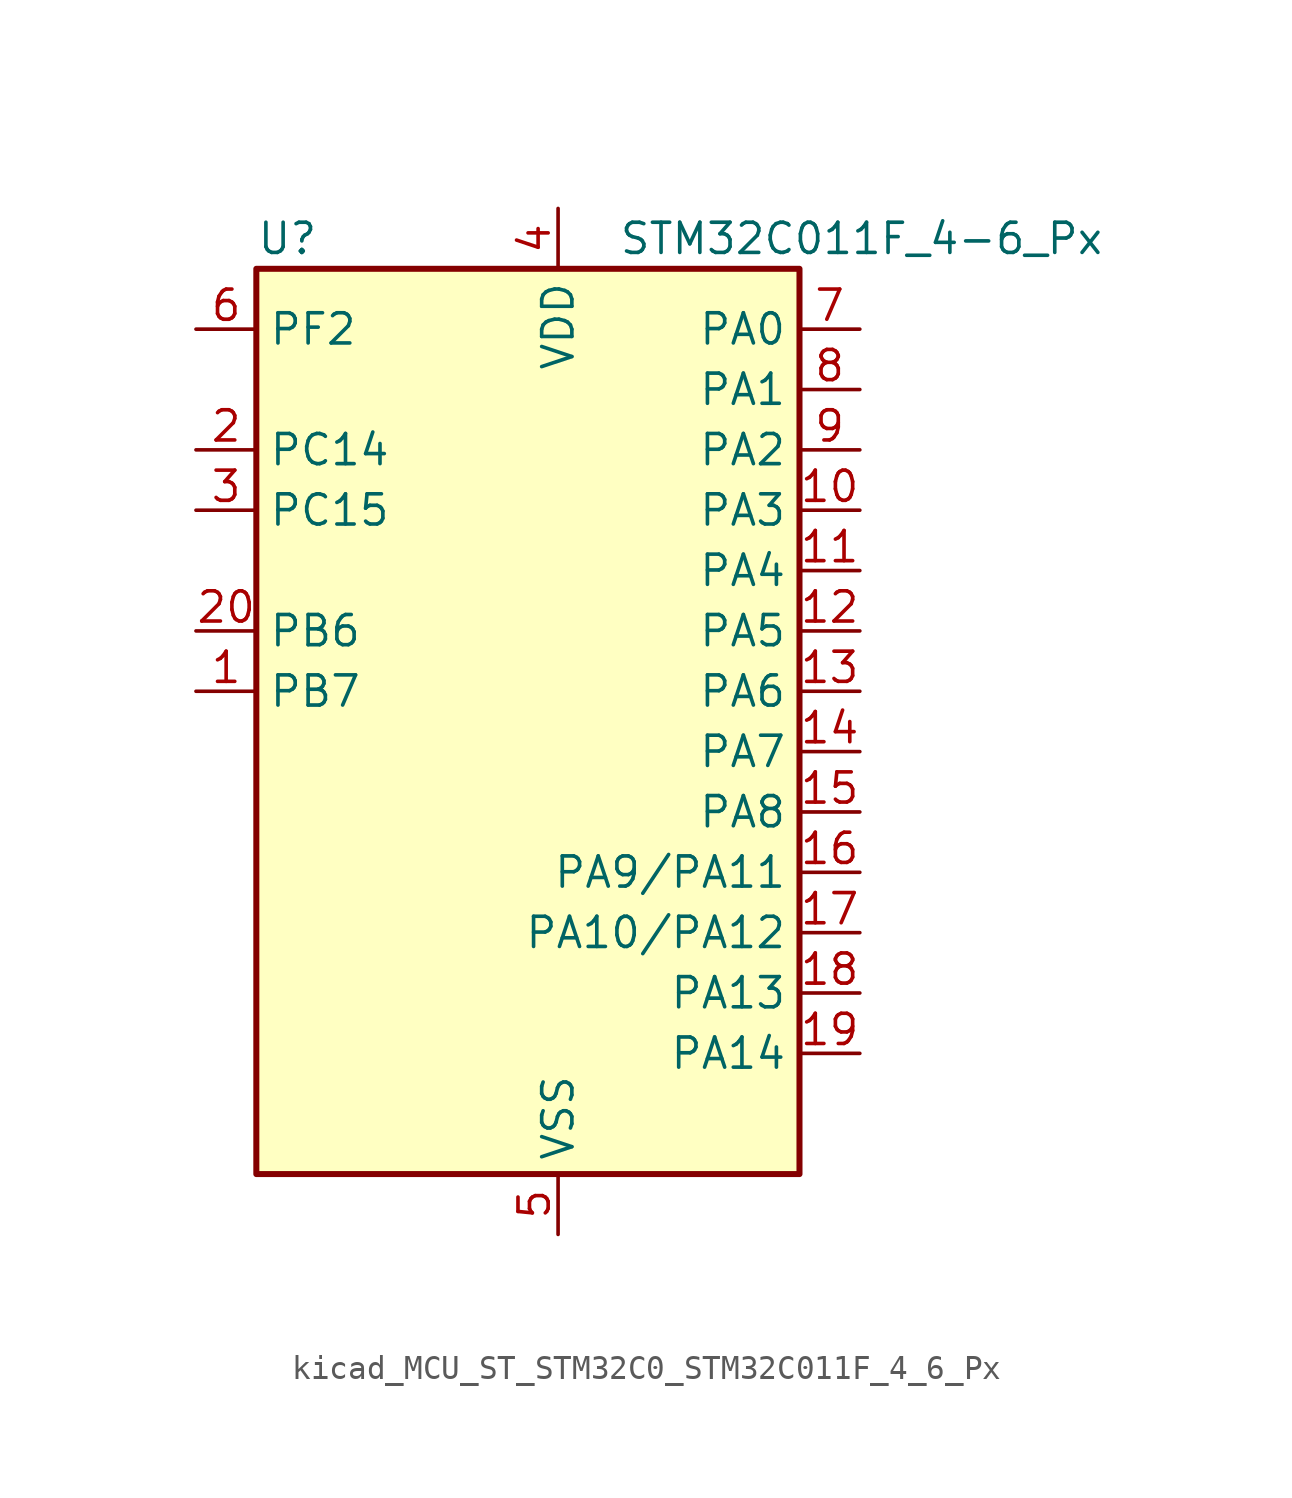
<source format=kicad_sym>
(kicad_symbol_lib
  (version 20220914)
  (generator kicad_symbol_editor)
  (symbol "kicad_MCU_ST_STM32C0_STM32C011F_4_6_Px"
    (property "Reference" "U"
      (at -10.16 21.59 0)
      (effects (font (size 1.27 1.27)) (justify left)))
    (property "Value" "STM32C011F_4-6_Px"
      (at 5.08 21.59 0)
      (effects (font (size 1.27 1.27)) (justify left)))
    (property "ki_locked" ""
      (at 0 0 0)
      (effects (font (size 1.27 1.27))))
    (symbol "kicad_MCU_ST_STM32C0_STM32C011F_4_6_Px_0_1"
      (rectangle (start -10.16 -17.78) (end 12.7 20.32) (stroke (width 0.254) (type default)) (fill (type background))))
    (symbol "kicad_MCU_ST_STM32C0_STM32C011F_4_6_Px_1_1"
      (pin bidirectional line (at -12.7 2.54 0) (length 2.54) (name "PB7" (effects (font (size 1.27 1.27)))) (number "1" (effects (font (size 1.27 1.27)))) (alternate "I2C1_SCL" bidirectional line) (alternate "I2C1_SDA" bidirectional line) (alternate "RTC_REFIN" bidirectional line) (alternate "TIM16_CH1" bidirectional line) (alternate "TIM17_CH1N" bidirectional line) (alternate "TIM1_CH4" bidirectional line) (alternate "TIM3_CH1" bidirectional line) (alternate "TIM3_CH4" bidirectional line) (alternate "USART1_RX" bidirectional line) (alternate "USART2_CTS" bidirectional line) (alternate "USART2_NSS" bidirectional line))
      (pin bidirectional line (at 15.24 10.16 180) (length 2.54) (name "PA3" (effects (font (size 1.27 1.27)))) (number "10" (effects (font (size 1.27 1.27)))) (alternate "ADC1_IN3" bidirectional line) (alternate "TIM1_CH1N" bidirectional line) (alternate "TIM1_CH4" bidirectional line) (alternate "USART2_RX" bidirectional line))
      (pin bidirectional line (at 15.24 7.62 180) (length 2.54) (name "PA4" (effects (font (size 1.27 1.27)))) (number "11" (effects (font (size 1.27 1.27)))) (alternate "ADC1_IN4" bidirectional line) (alternate "I2S1_WS" bidirectional line) (alternate "PWR_WKUP2" bidirectional line) (alternate "RTC_OUT1" bidirectional line) (alternate "RTC_TS" bidirectional line) (alternate "SPI1_NSS" bidirectional line) (alternate "TIM14_CH1" bidirectional line) (alternate "TIM17_CH1N" bidirectional line) (alternate "TIM1_CH2N" bidirectional line) (alternate "USART2_TX" bidirectional line))
      (pin bidirectional line (at 15.24 5.08 180) (length 2.54) (name "PA5" (effects (font (size 1.27 1.27)))) (number "12" (effects (font (size 1.27 1.27)))) (alternate "ADC1_IN5" bidirectional line) (alternate "I2S1_CK" bidirectional line) (alternate "SPI1_SCK" bidirectional line) (alternate "TIM1_CH1" bidirectional line) (alternate "TIM1_CH3N" bidirectional line) (alternate "USART2_RX" bidirectional line))
      (pin bidirectional line (at 15.24 2.54 180) (length 2.54) (name "PA6" (effects (font (size 1.27 1.27)))) (number "13" (effects (font (size 1.27 1.27)))) (alternate "ADC1_IN6" bidirectional line) (alternate "I2S1_MCK" bidirectional line) (alternate "SPI1_MISO" bidirectional line) (alternate "TIM16_CH1" bidirectional line) (alternate "TIM1_BKIN" bidirectional line) (alternate "TIM3_CH1" bidirectional line))
      (pin bidirectional line (at 15.24 0 180) (length 2.54) (name "PA7" (effects (font (size 1.27 1.27)))) (number "14" (effects (font (size 1.27 1.27)))) (alternate "ADC1_IN7" bidirectional line) (alternate "I2S1_SD" bidirectional line) (alternate "SPI1_MOSI" bidirectional line) (alternate "TIM14_CH1" bidirectional line) (alternate "TIM17_CH1" bidirectional line) (alternate "TIM1_CH1N" bidirectional line) (alternate "TIM3_CH2" bidirectional line))
      (pin bidirectional line (at 15.24 -2.54 180) (length 2.54) (name "PA8" (effects (font (size 1.27 1.27)))) (number "15" (effects (font (size 1.27 1.27)))) (alternate "ADC1_IN8" bidirectional line) (alternate "I2S1_WS" bidirectional line) (alternate "RCC_MCO" bidirectional line) (alternate "RCC_MCO_2" bidirectional line) (alternate "SPI1_NSS" bidirectional line) (alternate "TIM14_CH1" bidirectional line) (alternate "TIM1_CH1" bidirectional line) (alternate "TIM1_CH2N" bidirectional line) (alternate "TIM1_CH3N" bidirectional line) (alternate "TIM3_CH3" bidirectional line) (alternate "TIM3_CH4" bidirectional line) (alternate "USART1_RX" bidirectional line) (alternate "USART2_TX" bidirectional line))
      (pin bidirectional line (at 15.24 -5.08 180) (length 2.54) (name "PA9/PA11" (effects (font (size 1.27 1.27)))) (number "16" (effects (font (size 1.27 1.27)))) (alternate "I2C1_SCL" bidirectional line) (alternate "RCC_MCO" bidirectional line) (alternate "TIM1_CH2" bidirectional line) (alternate "TIM3_ETR" bidirectional line) (alternate "USART1_TX" bidirectional line))
      (pin bidirectional line (at 15.24 -7.62 180) (length 2.54) (name "PA10/PA12" (effects (font (size 1.27 1.27)))) (number "17" (effects (font (size 1.27 1.27)))) (alternate "I2C1_SDA" bidirectional line) (alternate "RCC_MCO_2" bidirectional line) (alternate "TIM17_BKIN" bidirectional line) (alternate "TIM1_CH3" bidirectional line) (alternate "USART1_RX" bidirectional line))
      (pin bidirectional line (at 15.24 -10.16 180) (length 2.54) (name "PA13" (effects (font (size 1.27 1.27)))) (number "18" (effects (font (size 1.27 1.27)))) (alternate "ADC1_IN13" bidirectional line) (alternate "DEBUG_SWDIO" bidirectional line) (alternate "IR_OUT" bidirectional line) (alternate "TIM3_ETR" bidirectional line) (alternate "USART2_RX" bidirectional line))
      (pin bidirectional line (at 15.24 -12.7 180) (length 2.54) (name "PA14" (effects (font (size 1.27 1.27)))) (number "19" (effects (font (size 1.27 1.27)))) (alternate "ADC1_IN14" bidirectional line) (alternate "DEBUG_SWCLK" bidirectional line) (alternate "I2S1_WS" bidirectional line) (alternate "RCC_MCO_2" bidirectional line) (alternate "SPI1_NSS" bidirectional line) (alternate "TIM1_CH1" bidirectional line) (alternate "USART1_CK" bidirectional line) (alternate "USART1_DE" bidirectional line) (alternate "USART1_RTS" bidirectional line) (alternate "USART2_RX" bidirectional line) (alternate "USART2_TX" bidirectional line))
      (pin bidirectional line (at -12.7 12.7 0) (length 2.54) (name "PC14" (effects (font (size 1.27 1.27)))) (number "2" (effects (font (size 1.27 1.27)))) (alternate "I2C1_SDA" bidirectional line) (alternate "IR_OUT" bidirectional line) (alternate "RCC_OSCX_IN" bidirectional line) (alternate "TIM17_CH1" bidirectional line) (alternate "TIM1_BKIN2" bidirectional line) (alternate "TIM1_ETR" bidirectional line) (alternate "TIM3_CH2" bidirectional line) (alternate "USART1_TX" bidirectional line) (alternate "USART2_CK" bidirectional line) (alternate "USART2_DE" bidirectional line) (alternate "USART2_RTS" bidirectional line))
      (pin bidirectional line (at -12.7 5.08 0) (length 2.54) (name "PB6" (effects (font (size 1.27 1.27)))) (number "20" (effects (font (size 1.27 1.27)))) (alternate "I2C1_SCL" bidirectional line) (alternate "I2C1_SMBA" bidirectional line) (alternate "I2S1_CK" bidirectional line) (alternate "I2S1_MCK" bidirectional line) (alternate "I2S1_SD" bidirectional line) (alternate "PWR_WKUP3" bidirectional line) (alternate "SPI1_MISO" bidirectional line) (alternate "SPI1_MOSI" bidirectional line) (alternate "SPI1_SCK" bidirectional line) (alternate "TIM16_BKIN" bidirectional line) (alternate "TIM16_CH1N" bidirectional line) (alternate "TIM17_BKIN" bidirectional line) (alternate "TIM1_CH2" bidirectional line) (alternate "TIM1_CH3" bidirectional line) (alternate "TIM3_CH1" bidirectional line) (alternate "TIM3_CH2" bidirectional line) (alternate "TIM3_CH3" bidirectional line) (alternate "USART1_CK" bidirectional line) (alternate "USART1_CTS" bidirectional line) (alternate "USART1_DE" bidirectional line) (alternate "USART1_NSS" bidirectional line) (alternate "USART1_RTS" bidirectional line) (alternate "USART1_TX" bidirectional line))
      (pin bidirectional line (at -12.7 10.16 0) (length 2.54) (name "PC15" (effects (font (size 1.27 1.27)))) (number "3" (effects (font (size 1.27 1.27)))) (alternate "RCC_OSC32_EN" bidirectional line) (alternate "RCC_OSCX_OUT" bidirectional line) (alternate "RCC_OSC_EN" bidirectional line) (alternate "TIM1_ETR" bidirectional line) (alternate "TIM3_CH3" bidirectional line))
      (pin power_in line (at 2.54 22.86 270) (length 2.54) (name "VDD" (effects (font (size 1.27 1.27)))) (number "4" (effects (font (size 1.27 1.27)))))
      (pin power_in line (at 2.54 -20.32 90) (length 2.54) (name "VSS" (effects (font (size 1.27 1.27)))) (number "5" (effects (font (size 1.27 1.27)))))
      (pin bidirectional line (at -12.7 17.78 0) (length 2.54) (name "PF2" (effects (font (size 1.27 1.27)))) (number "6" (effects (font (size 1.27 1.27)))) (alternate "RCC_MCO" bidirectional line) (alternate "TIM1_CH4" bidirectional line))
      (pin bidirectional line (at 15.24 17.78 180) (length 2.54) (name "PA0" (effects (font (size 1.27 1.27)))) (number "7" (effects (font (size 1.27 1.27)))) (alternate "ADC1_IN0" bidirectional line) (alternate "PWR_WKUP1" bidirectional line) (alternate "TIM16_CH1" bidirectional line) (alternate "TIM1_CH1" bidirectional line) (alternate "USART1_TX" bidirectional line) (alternate "USART2_CTS" bidirectional line) (alternate "USART2_NSS" bidirectional line))
      (pin bidirectional line (at 15.24 15.24 180) (length 2.54) (name "PA1" (effects (font (size 1.27 1.27)))) (number "8" (effects (font (size 1.27 1.27)))) (alternate "ADC1_IN1" bidirectional line) (alternate "I2C1_SMBA" bidirectional line) (alternate "I2S1_CK" bidirectional line) (alternate "SPI1_SCK" bidirectional line) (alternate "TIM17_CH1" bidirectional line) (alternate "TIM1_CH2" bidirectional line) (alternate "USART1_RX" bidirectional line) (alternate "USART2_CK" bidirectional line) (alternate "USART2_DE" bidirectional line) (alternate "USART2_RTS" bidirectional line))
      (pin bidirectional line (at 15.24 12.7 180) (length 2.54) (name "PA2" (effects (font (size 1.27 1.27)))) (number "9" (effects (font (size 1.27 1.27)))) (alternate "ADC1_IN2" bidirectional line) (alternate "I2S1_SD" bidirectional line) (alternate "PWR_WKUP4" bidirectional line) (alternate "RCC_LSCO" bidirectional line) (alternate "SPI1_MOSI" bidirectional line) (alternate "TIM16_CH1N" bidirectional line) (alternate "TIM1_CH3" bidirectional line) (alternate "TIM3_ETR" bidirectional line) (alternate "USART2_TX" bidirectional line)))))
</source>
